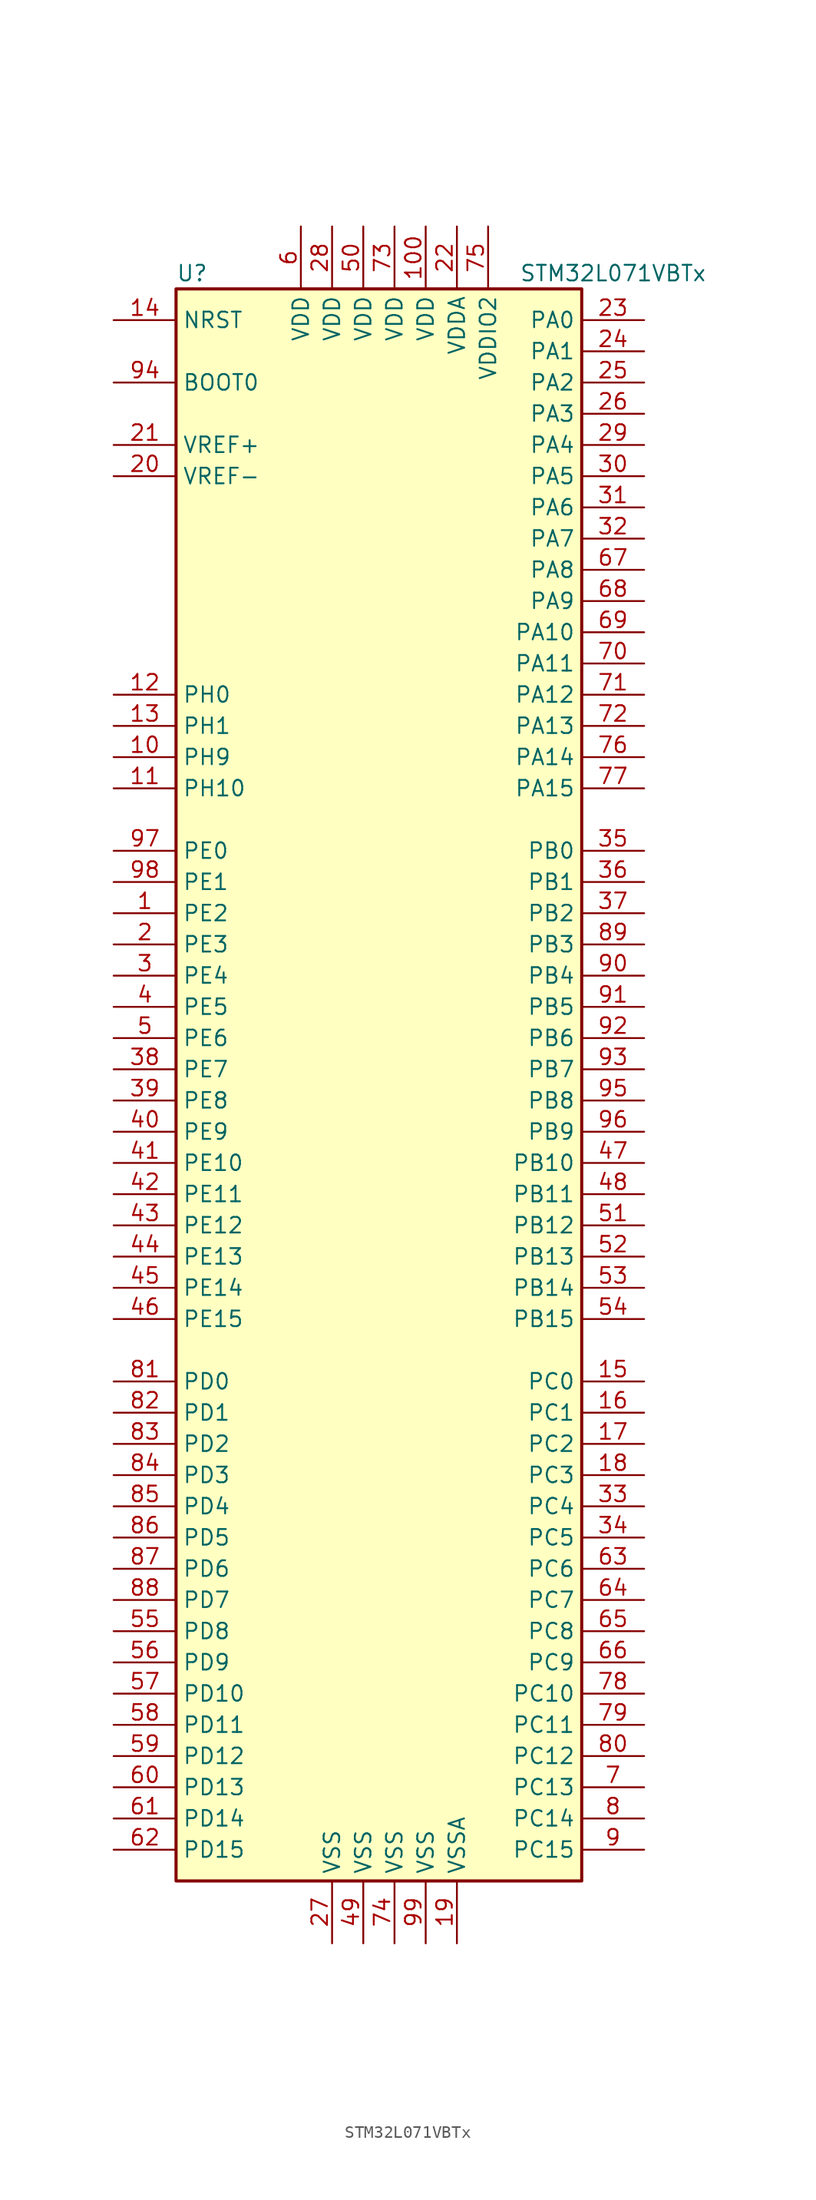
<source format=kicad_sym>
(kicad_symbol_lib
  (version 20211014)
  (generator kicad_symbol_editor)
  (symbol "STM32L071VBTx"
    (property "Reference" "U"
      (at -17.78 64.77 0)
      (effects (font (size 1.27 1.27)) (justify left)))
    (property "Value" "STM32L071VBTx"
      (at 10.16 64.77 0)
      (effects (font (size 1.27 1.27)) (justify left)))
    (symbol "STM32L071VBTx_0_1"
      (rectangle (start -17.78 -66.04) (end 15.24 63.5) (stroke (width 0.254) (type default) (color 0 0 0 0)) (fill (type background))))
    (symbol "STM32L071VBTx_1_1"
      (pin bidirectional line (at -22.86 12.7 0) (length 5.08) (name "PE2" (effects (font (size 1.27 1.27)))) (number "1" (effects (font (size 1.27 1.27)))))
      (pin bidirectional line (at -22.86 25.4 0) (length 5.08) (name "PH9" (effects (font (size 1.27 1.27)))) (number "10" (effects (font (size 1.27 1.27)))))
      (pin power_in line (at 2.54 68.58 270) (length 5.08) (name "VDD" (effects (font (size 1.27 1.27)))) (number "100" (effects (font (size 1.27 1.27)))))
      (pin bidirectional line (at -22.86 22.86 0) (length 5.08) (name "PH10" (effects (font (size 1.27 1.27)))) (number "11" (effects (font (size 1.27 1.27)))))
      (pin input line (at -22.86 30.48 0) (length 5.08) (name "PH0" (effects (font (size 1.27 1.27)))) (number "12" (effects (font (size 1.27 1.27)))))
      (pin input line (at -22.86 27.94 0) (length 5.08) (name "PH1" (effects (font (size 1.27 1.27)))) (number "13" (effects (font (size 1.27 1.27)))))
      (pin input line (at -22.86 60.96 0) (length 5.08) (name "NRST" (effects (font (size 1.27 1.27)))) (number "14" (effects (font (size 1.27 1.27)))))
      (pin bidirectional line (at 20.32 -25.4 180) (length 5.08) (name "PC0" (effects (font (size 1.27 1.27)))) (number "15" (effects (font (size 1.27 1.27)))))
      (pin bidirectional line (at 20.32 -27.94 180) (length 5.08) (name "PC1" (effects (font (size 1.27 1.27)))) (number "16" (effects (font (size 1.27 1.27)))))
      (pin bidirectional line (at 20.32 -30.48 180) (length 5.08) (name "PC2" (effects (font (size 1.27 1.27)))) (number "17" (effects (font (size 1.27 1.27)))))
      (pin bidirectional line (at 20.32 -33.02 180) (length 5.08) (name "PC3" (effects (font (size 1.27 1.27)))) (number "18" (effects (font (size 1.27 1.27)))))
      (pin power_in line (at 5.08 -71.12 90) (length 5.08) (name "VSSA" (effects (font (size 1.27 1.27)))) (number "19" (effects (font (size 1.27 1.27)))))
      (pin bidirectional line (at -22.86 10.16 0) (length 5.08) (name "PE3" (effects (font (size 1.27 1.27)))) (number "2" (effects (font (size 1.27 1.27)))))
      (pin power_in line (at -22.86 48.26 0) (length 5.08) (name "VREF-" (effects (font (size 1.27 1.27)))) (number "20" (effects (font (size 1.27 1.27)))))
      (pin power_in line (at -22.86 50.8 0) (length 5.08) (name "VREF+" (effects (font (size 1.27 1.27)))) (number "21" (effects (font (size 1.27 1.27)))))
      (pin power_in line (at 5.08 68.58 270) (length 5.08) (name "VDDA" (effects (font (size 1.27 1.27)))) (number "22" (effects (font (size 1.27 1.27)))))
      (pin bidirectional line (at 20.32 60.96 180) (length 5.08) (name "PA0" (effects (font (size 1.27 1.27)))) (number "23" (effects (font (size 1.27 1.27)))))
      (pin bidirectional line (at 20.32 58.42 180) (length 5.08) (name "PA1" (effects (font (size 1.27 1.27)))) (number "24" (effects (font (size 1.27 1.27)))))
      (pin bidirectional line (at 20.32 55.88 180) (length 5.08) (name "PA2" (effects (font (size 1.27 1.27)))) (number "25" (effects (font (size 1.27 1.27)))))
      (pin bidirectional line (at 20.32 53.34 180) (length 5.08) (name "PA3" (effects (font (size 1.27 1.27)))) (number "26" (effects (font (size 1.27 1.27)))))
      (pin power_in line (at -5.08 -71.12 90) (length 5.08) (name "VSS" (effects (font (size 1.27 1.27)))) (number "27" (effects (font (size 1.27 1.27)))))
      (pin power_in line (at -5.08 68.58 270) (length 5.08) (name "VDD" (effects (font (size 1.27 1.27)))) (number "28" (effects (font (size 1.27 1.27)))))
      (pin bidirectional line (at 20.32 50.8 180) (length 5.08) (name "PA4" (effects (font (size 1.27 1.27)))) (number "29" (effects (font (size 1.27 1.27)))))
      (pin bidirectional line (at -22.86 7.62 0) (length 5.08) (name "PE4" (effects (font (size 1.27 1.27)))) (number "3" (effects (font (size 1.27 1.27)))))
      (pin bidirectional line (at 20.32 48.26 180) (length 5.08) (name "PA5" (effects (font (size 1.27 1.27)))) (number "30" (effects (font (size 1.27 1.27)))))
      (pin bidirectional line (at 20.32 45.72 180) (length 5.08) (name "PA6" (effects (font (size 1.27 1.27)))) (number "31" (effects (font (size 1.27 1.27)))))
      (pin bidirectional line (at 20.32 43.18 180) (length 5.08) (name "PA7" (effects (font (size 1.27 1.27)))) (number "32" (effects (font (size 1.27 1.27)))))
      (pin bidirectional line (at 20.32 -35.56 180) (length 5.08) (name "PC4" (effects (font (size 1.27 1.27)))) (number "33" (effects (font (size 1.27 1.27)))))
      (pin bidirectional line (at 20.32 -38.1 180) (length 5.08) (name "PC5" (effects (font (size 1.27 1.27)))) (number "34" (effects (font (size 1.27 1.27)))))
      (pin bidirectional line (at 20.32 17.78 180) (length 5.08) (name "PB0" (effects (font (size 1.27 1.27)))) (number "35" (effects (font (size 1.27 1.27)))))
      (pin bidirectional line (at 20.32 15.24 180) (length 5.08) (name "PB1" (effects (font (size 1.27 1.27)))) (number "36" (effects (font (size 1.27 1.27)))))
      (pin bidirectional line (at 20.32 12.7 180) (length 5.08) (name "PB2" (effects (font (size 1.27 1.27)))) (number "37" (effects (font (size 1.27 1.27)))))
      (pin bidirectional line (at -22.86 0 0) (length 5.08) (name "PE7" (effects (font (size 1.27 1.27)))) (number "38" (effects (font (size 1.27 1.27)))))
      (pin bidirectional line (at -22.86 -2.54 0) (length 5.08) (name "PE8" (effects (font (size 1.27 1.27)))) (number "39" (effects (font (size 1.27 1.27)))))
      (pin bidirectional line (at -22.86 5.08 0) (length 5.08) (name "PE5" (effects (font (size 1.27 1.27)))) (number "4" (effects (font (size 1.27 1.27)))))
      (pin bidirectional line (at -22.86 -5.08 0) (length 5.08) (name "PE9" (effects (font (size 1.27 1.27)))) (number "40" (effects (font (size 1.27 1.27)))))
      (pin bidirectional line (at -22.86 -7.62 0) (length 5.08) (name "PE10" (effects (font (size 1.27 1.27)))) (number "41" (effects (font (size 1.27 1.27)))))
      (pin bidirectional line (at -22.86 -10.16 0) (length 5.08) (name "PE11" (effects (font (size 1.27 1.27)))) (number "42" (effects (font (size 1.27 1.27)))))
      (pin bidirectional line (at -22.86 -12.7 0) (length 5.08) (name "PE12" (effects (font (size 1.27 1.27)))) (number "43" (effects (font (size 1.27 1.27)))))
      (pin bidirectional line (at -22.86 -15.24 0) (length 5.08) (name "PE13" (effects (font (size 1.27 1.27)))) (number "44" (effects (font (size 1.27 1.27)))))
      (pin bidirectional line (at -22.86 -17.78 0) (length 5.08) (name "PE14" (effects (font (size 1.27 1.27)))) (number "45" (effects (font (size 1.27 1.27)))))
      (pin bidirectional line (at -22.86 -20.32 0) (length 5.08) (name "PE15" (effects (font (size 1.27 1.27)))) (number "46" (effects (font (size 1.27 1.27)))))
      (pin bidirectional line (at 20.32 -7.62 180) (length 5.08) (name "PB10" (effects (font (size 1.27 1.27)))) (number "47" (effects (font (size 1.27 1.27)))))
      (pin bidirectional line (at 20.32 -10.16 180) (length 5.08) (name "PB11" (effects (font (size 1.27 1.27)))) (number "48" (effects (font (size 1.27 1.27)))))
      (pin power_in line (at -2.54 -71.12 90) (length 5.08) (name "VSS" (effects (font (size 1.27 1.27)))) (number "49" (effects (font (size 1.27 1.27)))))
      (pin bidirectional line (at -22.86 2.54 0) (length 5.08) (name "PE6" (effects (font (size 1.27 1.27)))) (number "5" (effects (font (size 1.27 1.27)))))
      (pin power_in line (at -2.54 68.58 270) (length 5.08) (name "VDD" (effects (font (size 1.27 1.27)))) (number "50" (effects (font (size 1.27 1.27)))))
      (pin bidirectional line (at 20.32 -12.7 180) (length 5.08) (name "PB12" (effects (font (size 1.27 1.27)))) (number "51" (effects (font (size 1.27 1.27)))))
      (pin bidirectional line (at 20.32 -15.24 180) (length 5.08) (name "PB13" (effects (font (size 1.27 1.27)))) (number "52" (effects (font (size 1.27 1.27)))))
      (pin bidirectional line (at 20.32 -17.78 180) (length 5.08) (name "PB14" (effects (font (size 1.27 1.27)))) (number "53" (effects (font (size 1.27 1.27)))))
      (pin bidirectional line (at 20.32 -20.32 180) (length 5.08) (name "PB15" (effects (font (size 1.27 1.27)))) (number "54" (effects (font (size 1.27 1.27)))))
      (pin bidirectional line (at -22.86 -45.72 0) (length 5.08) (name "PD8" (effects (font (size 1.27 1.27)))) (number "55" (effects (font (size 1.27 1.27)))))
      (pin bidirectional line (at -22.86 -48.26 0) (length 5.08) (name "PD9" (effects (font (size 1.27 1.27)))) (number "56" (effects (font (size 1.27 1.27)))))
      (pin bidirectional line (at -22.86 -50.8 0) (length 5.08) (name "PD10" (effects (font (size 1.27 1.27)))) (number "57" (effects (font (size 1.27 1.27)))))
      (pin bidirectional line (at -22.86 -53.34 0) (length 5.08) (name "PD11" (effects (font (size 1.27 1.27)))) (number "58" (effects (font (size 1.27 1.27)))))
      (pin bidirectional line (at -22.86 -55.88 0) (length 5.08) (name "PD12" (effects (font (size 1.27 1.27)))) (number "59" (effects (font (size 1.27 1.27)))))
      (pin power_in line (at -7.62 68.58 270) (length 5.08) (name "VDD" (effects (font (size 1.27 1.27)))) (number "6" (effects (font (size 1.27 1.27)))))
      (pin bidirectional line (at -22.86 -58.42 0) (length 5.08) (name "PD13" (effects (font (size 1.27 1.27)))) (number "60" (effects (font (size 1.27 1.27)))))
      (pin bidirectional line (at -22.86 -60.96 0) (length 5.08) (name "PD14" (effects (font (size 1.27 1.27)))) (number "61" (effects (font (size 1.27 1.27)))))
      (pin bidirectional line (at -22.86 -63.5 0) (length 5.08) (name "PD15" (effects (font (size 1.27 1.27)))) (number "62" (effects (font (size 1.27 1.27)))))
      (pin bidirectional line (at 20.32 -40.64 180) (length 5.08) (name "PC6" (effects (font (size 1.27 1.27)))) (number "63" (effects (font (size 1.27 1.27)))))
      (pin bidirectional line (at 20.32 -43.18 180) (length 5.08) (name "PC7" (effects (font (size 1.27 1.27)))) (number "64" (effects (font (size 1.27 1.27)))))
      (pin bidirectional line (at 20.32 -45.72 180) (length 5.08) (name "PC8" (effects (font (size 1.27 1.27)))) (number "65" (effects (font (size 1.27 1.27)))))
      (pin bidirectional line (at 20.32 -48.26 180) (length 5.08) (name "PC9" (effects (font (size 1.27 1.27)))) (number "66" (effects (font (size 1.27 1.27)))))
      (pin bidirectional line (at 20.32 40.64 180) (length 5.08) (name "PA8" (effects (font (size 1.27 1.27)))) (number "67" (effects (font (size 1.27 1.27)))))
      (pin bidirectional line (at 20.32 38.1 180) (length 5.08) (name "PA9" (effects (font (size 1.27 1.27)))) (number "68" (effects (font (size 1.27 1.27)))))
      (pin bidirectional line (at 20.32 35.56 180) (length 5.08) (name "PA10" (effects (font (size 1.27 1.27)))) (number "69" (effects (font (size 1.27 1.27)))))
      (pin bidirectional line (at 20.32 -58.42 180) (length 5.08) (name "PC13" (effects (font (size 1.27 1.27)))) (number "7" (effects (font (size 1.27 1.27)))))
      (pin bidirectional line (at 20.32 33.02 180) (length 5.08) (name "PA11" (effects (font (size 1.27 1.27)))) (number "70" (effects (font (size 1.27 1.27)))))
      (pin bidirectional line (at 20.32 30.48 180) (length 5.08) (name "PA12" (effects (font (size 1.27 1.27)))) (number "71" (effects (font (size 1.27 1.27)))))
      (pin bidirectional line (at 20.32 27.94 180) (length 5.08) (name "PA13" (effects (font (size 1.27 1.27)))) (number "72" (effects (font (size 1.27 1.27)))))
      (pin power_in line (at 0 68.58 270) (length 5.08) (name "VDD" (effects (font (size 1.27 1.27)))) (number "73" (effects (font (size 1.27 1.27)))))
      (pin power_in line (at 0 -71.12 90) (length 5.08) (name "VSS" (effects (font (size 1.27 1.27)))) (number "74" (effects (font (size 1.27 1.27)))))
      (pin power_in line (at 7.62 68.58 270) (length 5.08) (name "VDDIO2" (effects (font (size 1.27 1.27)))) (number "75" (effects (font (size 1.27 1.27)))))
      (pin bidirectional line (at 20.32 25.4 180) (length 5.08) (name "PA14" (effects (font (size 1.27 1.27)))) (number "76" (effects (font (size 1.27 1.27)))))
      (pin bidirectional line (at 20.32 22.86 180) (length 5.08) (name "PA15" (effects (font (size 1.27 1.27)))) (number "77" (effects (font (size 1.27 1.27)))))
      (pin bidirectional line (at 20.32 -50.8 180) (length 5.08) (name "PC10" (effects (font (size 1.27 1.27)))) (number "78" (effects (font (size 1.27 1.27)))))
      (pin bidirectional line (at 20.32 -53.34 180) (length 5.08) (name "PC11" (effects (font (size 1.27 1.27)))) (number "79" (effects (font (size 1.27 1.27)))))
      (pin bidirectional line (at 20.32 -60.96 180) (length 5.08) (name "PC14" (effects (font (size 1.27 1.27)))) (number "8" (effects (font (size 1.27 1.27)))))
      (pin bidirectional line (at 20.32 -55.88 180) (length 5.08) (name "PC12" (effects (font (size 1.27 1.27)))) (number "80" (effects (font (size 1.27 1.27)))))
      (pin bidirectional line (at -22.86 -25.4 0) (length 5.08) (name "PD0" (effects (font (size 1.27 1.27)))) (number "81" (effects (font (size 1.27 1.27)))))
      (pin bidirectional line (at -22.86 -27.94 0) (length 5.08) (name "PD1" (effects (font (size 1.27 1.27)))) (number "82" (effects (font (size 1.27 1.27)))))
      (pin bidirectional line (at -22.86 -30.48 0) (length 5.08) (name "PD2" (effects (font (size 1.27 1.27)))) (number "83" (effects (font (size 1.27 1.27)))))
      (pin bidirectional line (at -22.86 -33.02 0) (length 5.08) (name "PD3" (effects (font (size 1.27 1.27)))) (number "84" (effects (font (size 1.27 1.27)))))
      (pin bidirectional line (at -22.86 -35.56 0) (length 5.08) (name "PD4" (effects (font (size 1.27 1.27)))) (number "85" (effects (font (size 1.27 1.27)))))
      (pin bidirectional line (at -22.86 -38.1 0) (length 5.08) (name "PD5" (effects (font (size 1.27 1.27)))) (number "86" (effects (font (size 1.27 1.27)))))
      (pin bidirectional line (at -22.86 -40.64 0) (length 5.08) (name "PD6" (effects (font (size 1.27 1.27)))) (number "87" (effects (font (size 1.27 1.27)))))
      (pin bidirectional line (at -22.86 -43.18 0) (length 5.08) (name "PD7" (effects (font (size 1.27 1.27)))) (number "88" (effects (font (size 1.27 1.27)))))
      (pin bidirectional line (at 20.32 10.16 180) (length 5.08) (name "PB3" (effects (font (size 1.27 1.27)))) (number "89" (effects (font (size 1.27 1.27)))))
      (pin bidirectional line (at 20.32 -63.5 180) (length 5.08) (name "PC15" (effects (font (size 1.27 1.27)))) (number "9" (effects (font (size 1.27 1.27)))))
      (pin bidirectional line (at 20.32 7.62 180) (length 5.08) (name "PB4" (effects (font (size 1.27 1.27)))) (number "90" (effects (font (size 1.27 1.27)))))
      (pin bidirectional line (at 20.32 5.08 180) (length 5.08) (name "PB5" (effects (font (size 1.27 1.27)))) (number "91" (effects (font (size 1.27 1.27)))))
      (pin bidirectional line (at 20.32 2.54 180) (length 5.08) (name "PB6" (effects (font (size 1.27 1.27)))) (number "92" (effects (font (size 1.27 1.27)))))
      (pin bidirectional line (at 20.32 0 180) (length 5.08) (name "PB7" (effects (font (size 1.27 1.27)))) (number "93" (effects (font (size 1.27 1.27)))))
      (pin input line (at -22.86 55.88 0) (length 5.08) (name "BOOT0" (effects (font (size 1.27 1.27)))) (number "94" (effects (font (size 1.27 1.27)))))
      (pin bidirectional line (at 20.32 -2.54 180) (length 5.08) (name "PB8" (effects (font (size 1.27 1.27)))) (number "95" (effects (font (size 1.27 1.27)))))
      (pin bidirectional line (at 20.32 -5.08 180) (length 5.08) (name "PB9" (effects (font (size 1.27 1.27)))) (number "96" (effects (font (size 1.27 1.27)))))
      (pin bidirectional line (at -22.86 17.78 0) (length 5.08) (name "PE0" (effects (font (size 1.27 1.27)))) (number "97" (effects (font (size 1.27 1.27)))))
      (pin bidirectional line (at -22.86 15.24 0) (length 5.08) (name "PE1" (effects (font (size 1.27 1.27)))) (number "98" (effects (font (size 1.27 1.27)))))
      (pin power_in line (at 2.54 -71.12 90) (length 5.08) (name "VSS" (effects (font (size 1.27 1.27)))) (number "99" (effects (font (size 1.27 1.27))))))))
</source>
